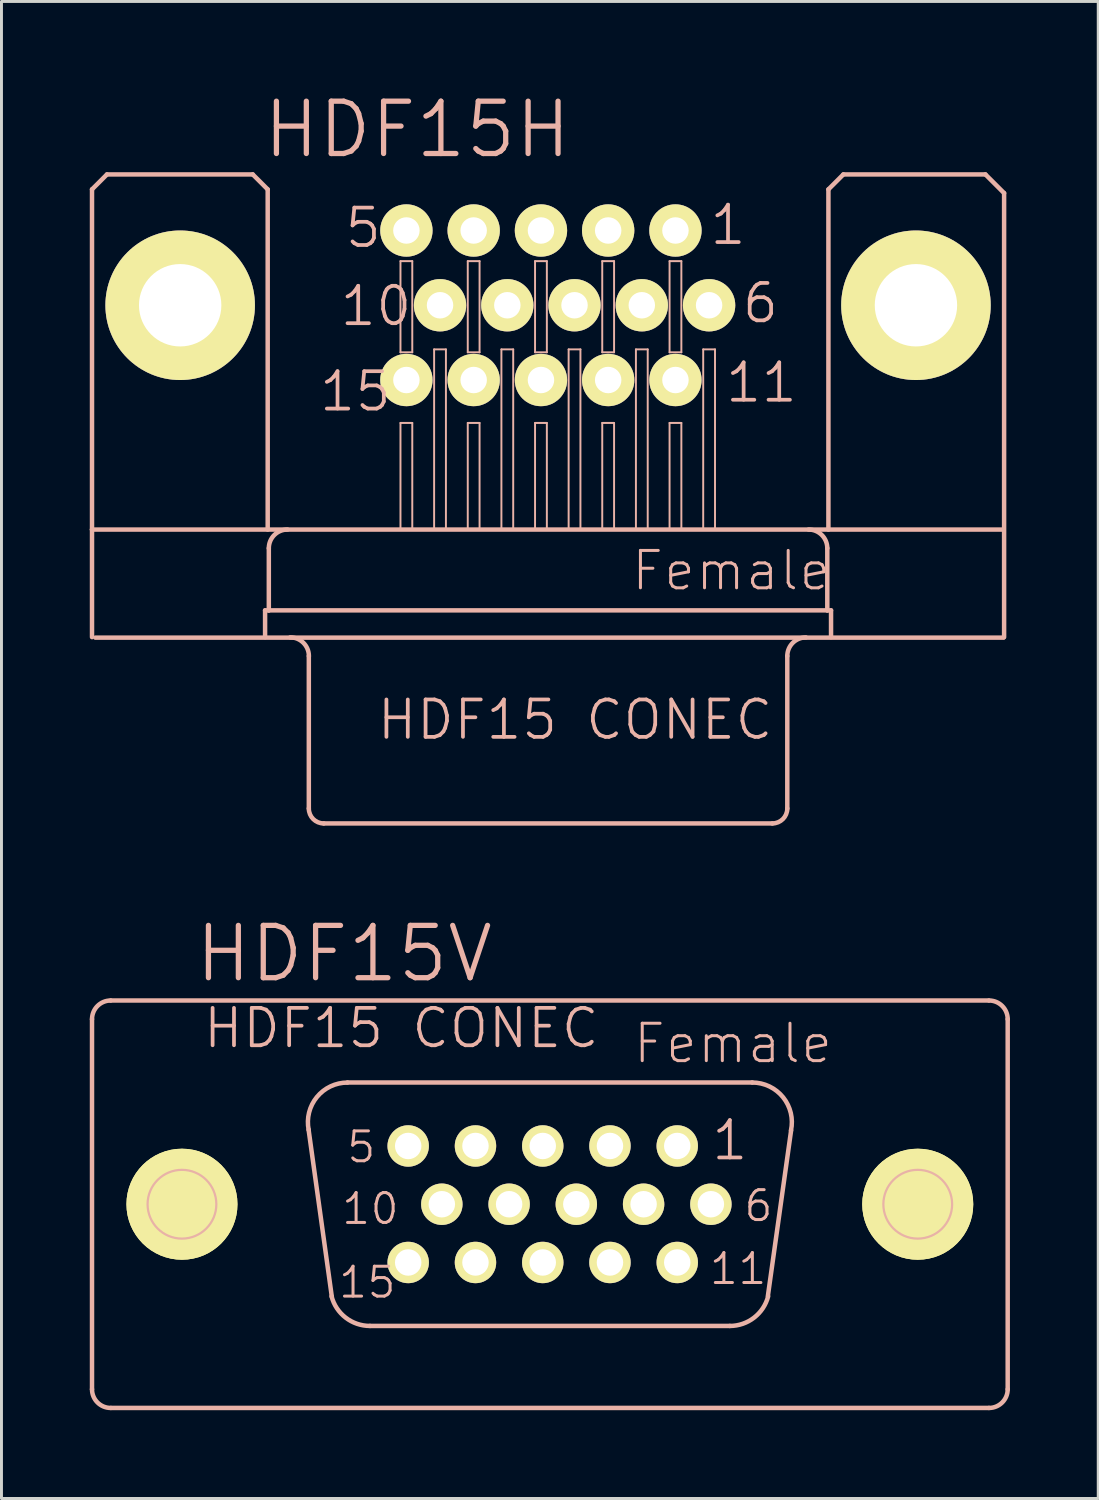
<source format=kicad_pcb>
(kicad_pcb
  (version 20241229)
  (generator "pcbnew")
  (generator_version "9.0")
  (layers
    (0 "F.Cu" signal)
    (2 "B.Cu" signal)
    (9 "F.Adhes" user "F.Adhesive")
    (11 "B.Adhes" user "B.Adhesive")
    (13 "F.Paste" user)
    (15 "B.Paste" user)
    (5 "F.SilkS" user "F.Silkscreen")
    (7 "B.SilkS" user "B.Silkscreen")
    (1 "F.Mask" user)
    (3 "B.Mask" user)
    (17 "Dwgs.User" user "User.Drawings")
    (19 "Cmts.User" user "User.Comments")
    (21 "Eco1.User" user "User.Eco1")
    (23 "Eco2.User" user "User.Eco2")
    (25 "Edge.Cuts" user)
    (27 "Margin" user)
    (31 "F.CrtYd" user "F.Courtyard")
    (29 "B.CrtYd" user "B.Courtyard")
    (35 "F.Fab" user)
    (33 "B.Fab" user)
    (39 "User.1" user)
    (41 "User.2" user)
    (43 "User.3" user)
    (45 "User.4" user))
  (footprint "HDF15V"
    (layer "F.Cu")
    (at 15.631 37.863)
    (property "Reference" "HDF15V" (at -6.985 -8.509 0) (layer "B.SilkS") (effects (font (size 1.778 1.778) (thickness 0.178))))
    (attr exclude_from_pos_files exclude_from_bom)
    (fp_line (start -13.998 0) (end -10.998 0) (stroke (width 0.127) (type solid)) (layer "F.SilkS"))
    (fp_line (start -12.499 1.499) (end -12.499 -1.499) (stroke (width 0.127) (type solid)) (layer "F.SilkS"))
    (fp_line (start 10.998 0) (end 13.998 0) (stroke (width 0.127) (type solid)) (layer "F.SilkS"))
    (fp_line (start 12.499 1.499) (end 12.499 -1.499) (stroke (width 0.127) (type solid)) (layer "F.SilkS"))
    (fp_circle (center -12.499 0) (end -13.833 1.333) (stroke (width 0) (type solid)) (fill yes) (layer "F.SilkS"))
    (fp_circle (center -12.499 0) (end -13.833 1.333) (stroke (width 0) (type solid)) (fill yes) (layer "F.SilkS"))
    (fp_circle (center -12.499 0) (end -13.249 0.749) (stroke (width 0.127) (type solid)) (fill no) (layer "F.SilkS"))
    (fp_circle (center 12.499 0) (end 13.249 0.749) (stroke (width 0.127) (type solid)) (fill no) (layer "F.SilkS"))
    (fp_circle (center 12.499 0) (end 13.833 1.333) (stroke (width 0) (type solid)) (fill yes) (layer "F.SilkS"))
    (fp_circle (center 12.499 0) (end 13.833 1.333) (stroke (width 0) (type solid)) (fill yes) (layer "F.SilkS"))
    (fp_line (start -15.555 -6.287) (end -15.555 6.287) (stroke (width 0.152) (type solid)) (layer "B.SilkS"))
    (fp_line (start -14.912 6.921) (end 14.92 6.921) (stroke (width 0.152) (type solid)) (layer "B.SilkS"))
    (fp_line (start -7.407 3.145) (end -8.197 -2.535) (stroke (width 0.152) (type solid)) (layer "B.SilkS"))
    (fp_line (start -6.876 -4.135) (end 6.876 -4.135) (stroke (width 0.152) (type solid)) (layer "B.SilkS"))
    (fp_line (start -6.114 4.135) (end 6.114 4.135) (stroke (width 0.152) (type solid)) (layer "B.SilkS"))
    (fp_line (start 8.197 -2.51) (end 7.407 3.119) (stroke (width 0.152) (type solid)) (layer "B.SilkS"))
    (fp_line (start 14.912 -6.921) (end -14.92 -6.921) (stroke (width 0.152) (type solid)) (layer "B.SilkS"))
    (fp_line (start 15.555 -6.287) (end 15.555 6.287) (stroke (width 0.152) (type solid)) (layer "B.SilkS"))
    (fp_arc (start -15.55496 -6.2865) (mid -15.368973 -6.735513) (end -14.91996 -6.9215) (stroke (width 0.1524) (type solid)) (layer "B.SilkS"))
    (fp_arc (start -14.91996 6.9215) (mid -15.368973 6.735513) (end -15.55496 6.2865) (stroke (width 0.1524) (type solid)) (layer "B.SilkS"))
    (fp_arc (start -8.19404 -2.52476) (mid -7.915902 -3.640821) (end -6.876511 -4.133386) (stroke (width 0.1524) (type solid)) (layer "B.SilkS"))
    (fp_arc (start -6.11378 4.13512) (mid -6.937018 3.854065) (end -7.41651 3.128256) (stroke (width 0.1524) (type solid)) (layer "B.SilkS"))
    (fp_arc (start 6.87578 -4.13512) (mid 7.923451 -3.634284) (end 8.191577 -2.504435) (stroke (width 0.1524) (type solid)) (layer "B.SilkS"))
    (fp_arc (start 7.4168 3.12928) (mid 6.936621 3.855053) (end 6.112862 4.135659) (stroke (width 0.1524) (type solid)) (layer "B.SilkS"))
    (fp_arc (start 14.91996 -6.9215) (mid 15.368973 -6.735513) (end 15.55496 -6.2865) (stroke (width 0.1524) (type solid)) (layer "B.SilkS"))
    (fp_arc (start 15.55496 6.2865) (mid 15.368973 6.735513) (end 14.91996 6.9215) (stroke (width 0.1524) (type solid)) (layer "B.SilkS"))
    (fp_circle (center -12.499 0) (end -13.325 0.826) (stroke (width 0.076) (type solid)) (fill no) (layer "B.SilkS"))
    (fp_circle (center 12.499 0) (end 13.325 0.826) (stroke (width 0.076) (type solid)) (fill no) (layer "B.SilkS"))
    (fp_text user "6" (at 7.087 0.056 0) (layer "B.SilkS") (effects (font (size 1.016 1.016) (thickness 0.102))))
    (fp_text user "10" (at -6.099 0.155 0) (layer "B.SilkS") (effects (font (size 1.016 1.016) (thickness 0.102))))
    (fp_text user "Female" (at 6.223 -5.461 0) (layer "B.SilkS") (effects (font (size 1.27 1.27) (thickness 0.102))))
    (fp_text user "15" (at -6.203 2.657 0) (layer "B.SilkS") (effects (font (size 1.016 1.016) (thickness 0.102))))
    (fp_text user "11" (at 6.396 2.195 0) (layer "B.SilkS") (effects (font (size 1.016 1.016) (thickness 0.102))))
    (fp_text user "1" (at 6.114 -2.169 0) (layer "B.SilkS") (effects (font (size 1.27 1.27) (thickness 0.127))))
    (fp_text user "HDF15 CONEC" (at -5.047 -5.982 0) (layer "B.SilkS") (effects (font (size 1.27 1.27) (thickness 0.127))))
    (fp_text user "5" (at -6.406 -1.941 0) (layer "B.SilkS") (effects (font (size 1.016 1.016) (thickness 0.102))))
    (pad "1" thru_hole circle (at 4.328 -1.979) (size 1.407 1.407) (drill 0.899) (layers "*.Cu" "F.Mask" "F.SilkS" "F.Paste"))
    (pad "2" thru_hole circle (at 2.042 -1.979) (size 1.407 1.407) (drill 0.899) (layers "*.Cu" "F.Mask" "F.SilkS" "F.Paste"))
    (pad "3" thru_hole circle (at -0.241 -1.979) (size 1.407 1.407) (drill 0.899) (layers "*.Cu" "F.Mask" "F.SilkS" "F.Paste"))
    (pad "4" thru_hole circle (at -2.527 -1.979) (size 1.407 1.407) (drill 0.899) (layers "*.Cu" "F.Mask" "F.SilkS" "F.Paste"))
    (pad "5" thru_hole circle (at -4.813 -1.979) (size 1.407 1.407) (drill 0.899) (layers "*.Cu" "F.Mask" "F.SilkS" "F.Paste"))
    (pad "6" thru_hole circle (at 5.471 0) (size 1.407 1.407) (drill 0.899) (layers "*.Cu" "F.Mask" "F.SilkS" "F.Paste"))
    (pad "7" thru_hole circle (at 3.185 0) (size 1.407 1.407) (drill 0.899) (layers "*.Cu" "F.Mask" "F.SilkS" "F.Paste"))
    (pad "8" thru_hole circle (at 0.899 0) (size 1.407 1.407) (drill 0.899) (layers "*.Cu" "F.Mask" "F.SilkS" "F.Paste"))
    (pad "9" thru_hole circle (at -1.384 0) (size 1.407 1.407) (drill 0.899) (layers "*.Cu" "F.Mask" "F.SilkS" "F.Paste"))
    (pad "10" thru_hole circle (at -3.67 0) (size 1.407 1.407) (drill 0.899) (layers "*.Cu" "F.Mask" "F.SilkS" "F.Paste"))
    (pad "11" thru_hole circle (at 4.328 1.979) (size 1.407 1.407) (drill 0.899) (layers "*.Cu" "F.Mask" "F.SilkS" "F.Paste"))
    (pad "12" thru_hole circle (at 2.042 1.979) (size 1.407 1.407) (drill 0.899) (layers "*.Cu" "F.Mask" "F.SilkS" "F.Paste"))
    (pad "13" thru_hole circle (at -0.241 1.979) (size 1.407 1.407) (drill 0.899) (layers "*.Cu" "F.Mask" "F.SilkS" "F.Paste"))
    (pad "14" thru_hole circle (at -2.527 1.979) (size 1.407 1.407) (drill 0.899) (layers "*.Cu" "F.Mask" "F.SilkS" "F.Paste"))
    (pad "15" thru_hole circle (at -4.813 1.979) (size 1.407 1.407) (drill 0.899) (layers "*.Cu" "F.Mask" "F.SilkS" "F.Paste")))
  (footprint "HDF15H"
    (layer "F.Cu")
    (at 15.57 7.321)
    (property "Reference" "HDF15H" (at -4.445 -5.969 0) (layer "B.SilkS") (effects (font (size 1.778 1.778) (thickness 0.178))))
    (attr exclude_from_pos_files exclude_from_bom)
    (fp_circle (center -12.499 0) (end -13.833 1.333) (stroke (width 0) (type solid)) (fill yes) (layer "F.SilkS"))
    (fp_circle (center -12.499 0) (end -13.833 1.333) (stroke (width 0) (type solid)) (fill yes) (layer "F.SilkS"))
    (fp_circle (center 12.499 0) (end 13.833 1.333) (stroke (width 0) (type solid)) (fill yes) (layer "F.SilkS"))
    (fp_circle (center 12.499 0) (end 13.833 1.333) (stroke (width 0) (type solid)) (fill yes) (layer "F.SilkS"))
    (fp_line (start -15.494 -3.937) (end -15.494 7.62) (stroke (width 0.152) (type solid)) (layer "B.SilkS"))
    (fp_line (start -15.494 11.275) (end -15.494 7.62) (stroke (width 0.152) (type solid)) (layer "B.SilkS"))
    (fp_line (start -14.986 -4.445) (end -15.494 -3.937) (stroke (width 0.152) (type solid)) (layer "B.SilkS"))
    (fp_line (start -10.033 -4.445) (end -14.986 -4.445) (stroke (width 0.152) (type solid)) (layer "B.SilkS"))
    (fp_line (start -9.614 10.366) (end -9.614 11.275) (stroke (width 0.152) (type solid)) (layer "B.SilkS"))
    (fp_line (start -9.525 -3.937) (end -10.033 -4.445) (stroke (width 0.152) (type solid)) (layer "B.SilkS"))
    (fp_line (start -9.525 -3.937) (end -9.525 7.62) (stroke (width 0.152) (type solid)) (layer "B.SilkS"))
    (fp_line (start -9.487 8.255) (end -9.487 10.366) (stroke (width 0.152) (type solid)) (layer "B.SilkS"))
    (fp_line (start -9.487 10.366) (end -9.614 10.366) (stroke (width 0.152) (type solid)) (layer "B.SilkS"))
    (fp_line (start -8.128 11.918) (end -8.128 17.097) (stroke (width 0.152) (type solid)) (layer "B.SilkS"))
    (fp_line (start -5.014 -1.499) (end -4.613 -1.499) (stroke (width 0.066) (type solid)) (layer "B.SilkS"))
    (fp_line (start -5.014 1.598) (end -5.014 -1.499) (stroke (width 0.066) (type solid)) (layer "B.SilkS"))
    (fp_line (start -5.014 1.598) (end -4.613 1.598) (stroke (width 0.066) (type solid)) (layer "B.SilkS"))
    (fp_line (start -5.014 3.998) (end -4.613 3.998) (stroke (width 0.066) (type solid)) (layer "B.SilkS"))
    (fp_line (start -5.014 7.6) (end -5.014 3.998) (stroke (width 0.066) (type solid)) (layer "B.SilkS"))
    (fp_line (start -5.014 7.6) (end -4.613 7.6) (stroke (width 0.066) (type solid)) (layer "B.SilkS"))
    (fp_line (start -4.613 1.598) (end -4.613 -1.499) (stroke (width 0.066) (type solid)) (layer "B.SilkS"))
    (fp_line (start -4.613 7.6) (end -4.613 3.998) (stroke (width 0.066) (type solid)) (layer "B.SilkS"))
    (fp_line (start -3.871 1.499) (end -3.47 1.499) (stroke (width 0.066) (type solid)) (layer "B.SilkS"))
    (fp_line (start -3.871 7.6) (end -3.871 1.499) (stroke (width 0.066) (type solid)) (layer "B.SilkS"))
    (fp_line (start -3.871 7.6) (end -3.47 7.6) (stroke (width 0.066) (type solid)) (layer "B.SilkS"))
    (fp_line (start -3.47 7.6) (end -3.47 1.499) (stroke (width 0.066) (type solid)) (layer "B.SilkS"))
    (fp_line (start -2.728 -1.499) (end -2.327 -1.499) (stroke (width 0.066) (type solid)) (layer "B.SilkS"))
    (fp_line (start -2.728 1.598) (end -2.728 -1.499) (stroke (width 0.066) (type solid)) (layer "B.SilkS"))
    (fp_line (start -2.728 1.598) (end -2.327 1.598) (stroke (width 0.066) (type solid)) (layer "B.SilkS"))
    (fp_line (start -2.728 3.998) (end -2.327 3.998) (stroke (width 0.066) (type solid)) (layer "B.SilkS"))
    (fp_line (start -2.728 7.6) (end -2.728 3.998) (stroke (width 0.066) (type solid)) (layer "B.SilkS"))
    (fp_line (start -2.728 7.6) (end -2.327 7.6) (stroke (width 0.066) (type solid)) (layer "B.SilkS"))
    (fp_line (start -2.327 1.598) (end -2.327 -1.499) (stroke (width 0.066) (type solid)) (layer "B.SilkS"))
    (fp_line (start -2.327 7.6) (end -2.327 3.998) (stroke (width 0.066) (type solid)) (layer "B.SilkS"))
    (fp_line (start -1.585 1.499) (end -1.184 1.499) (stroke (width 0.066) (type solid)) (layer "B.SilkS"))
    (fp_line (start -1.585 7.6) (end -1.585 1.499) (stroke (width 0.066) (type solid)) (layer "B.SilkS"))
    (fp_line (start -1.585 7.6) (end -1.184 7.6) (stroke (width 0.066) (type solid)) (layer "B.SilkS"))
    (fp_line (start -1.184 7.6) (end -1.184 1.499) (stroke (width 0.066) (type solid)) (layer "B.SilkS"))
    (fp_line (start -0.442 -1.499) (end -0.041 -1.499) (stroke (width 0.066) (type solid)) (layer "B.SilkS"))
    (fp_line (start -0.442 1.598) (end -0.442 -1.499) (stroke (width 0.066) (type solid)) (layer "B.SilkS"))
    (fp_line (start -0.442 1.598) (end -0.041 1.598) (stroke (width 0.066) (type solid)) (layer "B.SilkS"))
    (fp_line (start -0.442 3.998) (end -0.041 3.998) (stroke (width 0.066) (type solid)) (layer "B.SilkS"))
    (fp_line (start -0.442 7.6) (end -0.442 3.998) (stroke (width 0.066) (type solid)) (layer "B.SilkS"))
    (fp_line (start -0.442 7.6) (end -0.041 7.6) (stroke (width 0.066) (type solid)) (layer "B.SilkS"))
    (fp_line (start -0.041 1.598) (end -0.041 -1.499) (stroke (width 0.066) (type solid)) (layer "B.SilkS"))
    (fp_line (start -0.041 7.6) (end -0.041 3.998) (stroke (width 0.066) (type solid)) (layer "B.SilkS"))
    (fp_line (start 0.699 1.499) (end 1.1 1.499) (stroke (width 0.066) (type solid)) (layer "B.SilkS"))
    (fp_line (start 0.699 7.6) (end 0.699 1.499) (stroke (width 0.066) (type solid)) (layer "B.SilkS"))
    (fp_line (start 0.699 7.6) (end 1.1 7.6) (stroke (width 0.066) (type solid)) (layer "B.SilkS"))
    (fp_line (start 1.1 7.6) (end 1.1 1.499) (stroke (width 0.066) (type solid)) (layer "B.SilkS"))
    (fp_line (start 1.841 -1.499) (end 2.243 -1.499) (stroke (width 0.066) (type solid)) (layer "B.SilkS"))
    (fp_line (start 1.841 1.598) (end 1.841 -1.499) (stroke (width 0.066) (type solid)) (layer "B.SilkS"))
    (fp_line (start 1.841 1.598) (end 2.243 1.598) (stroke (width 0.066) (type solid)) (layer "B.SilkS"))
    (fp_line (start 1.841 3.998) (end 2.243 3.998) (stroke (width 0.066) (type solid)) (layer "B.SilkS"))
    (fp_line (start 1.841 7.6) (end 1.841 3.998) (stroke (width 0.066) (type solid)) (layer "B.SilkS"))
    (fp_line (start 1.841 7.6) (end 2.243 7.6) (stroke (width 0.066) (type solid)) (layer "B.SilkS"))
    (fp_line (start 2.243 1.598) (end 2.243 -1.499) (stroke (width 0.066) (type solid)) (layer "B.SilkS"))
    (fp_line (start 2.243 7.6) (end 2.243 3.998) (stroke (width 0.066) (type solid)) (layer "B.SilkS"))
    (fp_line (start 2.985 1.499) (end 3.386 1.499) (stroke (width 0.066) (type solid)) (layer "B.SilkS"))
    (fp_line (start 2.985 7.6) (end 2.985 1.499) (stroke (width 0.066) (type solid)) (layer "B.SilkS"))
    (fp_line (start 2.985 7.6) (end 3.386 7.6) (stroke (width 0.066) (type solid)) (layer "B.SilkS"))
    (fp_line (start 3.386 7.6) (end 3.386 1.499) (stroke (width 0.066) (type solid)) (layer "B.SilkS"))
    (fp_line (start 4.128 -1.499) (end 4.529 -1.499) (stroke (width 0.066) (type solid)) (layer "B.SilkS"))
    (fp_line (start 4.128 1.598) (end 4.128 -1.499) (stroke (width 0.066) (type solid)) (layer "B.SilkS"))
    (fp_line (start 4.128 1.598) (end 4.529 1.598) (stroke (width 0.066) (type solid)) (layer "B.SilkS"))
    (fp_line (start 4.128 3.998) (end 4.529 3.998) (stroke (width 0.066) (type solid)) (layer "B.SilkS"))
    (fp_line (start 4.128 7.6) (end 4.128 3.998) (stroke (width 0.066) (type solid)) (layer "B.SilkS"))
    (fp_line (start 4.128 7.6) (end 4.529 7.6) (stroke (width 0.066) (type solid)) (layer "B.SilkS"))
    (fp_line (start 4.529 1.598) (end 4.529 -1.499) (stroke (width 0.066) (type solid)) (layer "B.SilkS"))
    (fp_line (start 4.529 7.6) (end 4.529 3.998) (stroke (width 0.066) (type solid)) (layer "B.SilkS"))
    (fp_line (start 5.271 1.499) (end 5.672 1.499) (stroke (width 0.066) (type solid)) (layer "B.SilkS"))
    (fp_line (start 5.271 7.6) (end 5.271 1.499) (stroke (width 0.066) (type solid)) (layer "B.SilkS"))
    (fp_line (start 5.271 7.6) (end 5.672 7.6) (stroke (width 0.066) (type solid)) (layer "B.SilkS"))
    (fp_line (start 5.672 7.6) (end 5.672 1.499) (stroke (width 0.066) (type solid)) (layer "B.SilkS"))
    (fp_line (start 7.62 17.605) (end -7.62 17.605) (stroke (width 0.152) (type solid)) (layer "B.SilkS"))
    (fp_line (start 8.128 11.918) (end 8.128 17.097) (stroke (width 0.152) (type solid)) (layer "B.SilkS"))
    (fp_line (start 9.487 8.255) (end 9.487 10.366) (stroke (width 0.152) (type solid)) (layer "B.SilkS"))
    (fp_line (start 9.487 10.366) (end -9.487 10.366) (stroke (width 0.152) (type solid)) (layer "B.SilkS"))
    (fp_line (start 9.525 -3.937) (end 9.525 7.62) (stroke (width 0.152) (type solid)) (layer "B.SilkS"))
    (fp_line (start 9.614 10.366) (end 9.487 10.366) (stroke (width 0.152) (type solid)) (layer "B.SilkS"))
    (fp_line (start 9.614 10.366) (end 9.614 11.275) (stroke (width 0.152) (type solid)) (layer "B.SilkS"))
    (fp_line (start 10.033 -4.445) (end 9.525 -3.937) (stroke (width 0.152) (type solid)) (layer "B.SilkS"))
    (fp_line (start 10.033 -4.445) (end 14.859 -4.445) (stroke (width 0.152) (type solid)) (layer "B.SilkS"))
    (fp_line (start 14.859 -4.445) (end 15.494 -3.81) (stroke (width 0.152) (type solid)) (layer "B.SilkS"))
    (fp_line (start 15.474 7.62) (end -15.494 7.62) (stroke (width 0.152) (type solid)) (layer "B.SilkS"))
    (fp_line (start 15.474 11.293) (end -15.38 11.293) (stroke (width 0.152) (type solid)) (layer "B.SilkS"))
    (fp_line (start 15.494 -3.81) (end 15.494 11.275) (stroke (width 0.152) (type solid)) (layer "B.SilkS"))
    (fp_arc (start -9.4869 8.255) (mid -9.300913 7.805987) (end -8.8519 7.62) (stroke (width 0.1524) (type solid)) (layer "B.SilkS"))
    (fp_arc (start -8.76046 11.28268) (mid -8.311447 11.468667) (end -8.12546 11.91768) (stroke (width 0.1524) (type solid)) (layer "B.SilkS"))
    (fp_arc (start -7.62 17.60474) (mid -7.97921 17.45595) (end -8.128 17.09674) (stroke (width 0.1524) (type solid)) (layer "B.SilkS"))
    (fp_arc (start 8.128 11.91768) (mid 8.313243 11.470463) (end 8.76046 11.28522) (stroke (width 0.1524) (type solid)) (layer "B.SilkS"))
    (fp_arc (start 8.128 17.09674) (mid 7.97921 17.45595) (end 7.62 17.60474) (stroke (width 0.1524) (type solid)) (layer "B.SilkS"))
    (fp_arc (start 8.8519 7.62) (mid 9.300913 7.805987) (end 9.4869 8.255) (stroke (width 0.1524) (type solid)) (layer "B.SilkS"))
    (fp_circle (center -12.499 0) (end -13.325 0.826) (stroke (width 0.076) (type solid)) (fill no) (layer "B.SilkS"))
    (fp_circle (center 12.499 0) (end 13.325 0.826) (stroke (width 0.076) (type solid)) (fill no) (layer "B.SilkS"))
    (fp_text user "1" (at 6.114 -2.728 0) (layer "B.SilkS") (effects (font (size 1.27 1.27) (thickness 0.127))))
    (fp_text user "15" (at -6.548 2.929 0) (layer "B.SilkS") (effects (font (size 1.27 1.27) (thickness 0.127))))
    (fp_text user "HDF15 CONEC" (at 0.919 14.082 0) (layer "B.SilkS") (effects (font (size 1.27 1.27) (thickness 0.127))))
    (fp_text user "6" (at 7.214 -0.069 0) (layer "B.SilkS") (effects (font (size 1.27 1.27) (thickness 0.127))))
    (fp_text user "10" (at -5.845 0.028 0) (layer "B.SilkS") (effects (font (size 1.27 1.27) (thickness 0.127))))
    (fp_text user "5" (at -6.279 -2.629 0) (layer "B.SilkS") (effects (font (size 1.27 1.27) (thickness 0.127))))
    (fp_text user "Female" (at 6.223 9.017 0) (layer "B.SilkS") (effects (font (size 1.27 1.27) (thickness 0.102))))
    (fp_text user "11" (at 7.249 2.629 0) (layer "B.SilkS") (effects (font (size 1.27 1.27) (thickness 0.127))))
    (pad "1" thru_hole circle (at 4.328 -2.54) (size 1.778 1.778) (drill 0.899) (layers "*.Cu" "F.Mask" "F.SilkS" "F.Paste"))
    (pad "2" thru_hole circle (at 2.042 -2.54) (size 1.778 1.778) (drill 0.899) (layers "*.Cu" "F.Mask" "F.SilkS" "F.Paste"))
    (pad "3" thru_hole circle (at -0.241 -2.54) (size 1.778 1.778) (drill 0.899) (layers "*.Cu" "F.Mask" "F.SilkS" "F.Paste"))
    (pad "4" thru_hole circle (at -2.527 -2.54) (size 1.778 1.778) (drill 0.899) (layers "*.Cu" "F.Mask" "F.SilkS" "F.Paste"))
    (pad "5" thru_hole circle (at -4.813 -2.54) (size 1.778 1.778) (drill 0.899) (layers "*.Cu" "F.Mask" "F.SilkS" "F.Paste"))
    (pad "6" thru_hole circle (at 5.471 0) (size 1.778 1.778) (drill 0.899) (layers "*.Cu" "F.Mask" "F.SilkS" "F.Paste"))
    (pad "7" thru_hole circle (at 3.185 0) (size 1.778 1.778) (drill 0.899) (layers "*.Cu" "F.Mask" "F.SilkS" "F.Paste"))
    (pad "8" thru_hole circle (at 0.899 0) (size 1.778 1.778) (drill 0.899) (layers "*.Cu" "F.Mask" "F.SilkS" "F.Paste"))
    (pad "9" thru_hole circle (at -1.384 0) (size 1.778 1.778) (drill 0.899) (layers "*.Cu" "F.Mask" "F.SilkS" "F.Paste"))
    (pad "10" thru_hole circle (at -3.67 0) (size 1.778 1.778) (drill 0.899) (layers "*.Cu" "F.Mask" "F.SilkS" "F.Paste"))
    (pad "11" thru_hole circle (at 4.328 2.54) (size 1.778 1.778) (drill 0.899) (layers "*.Cu" "F.Mask" "F.SilkS" "F.Paste"))
    (pad "12" thru_hole circle (at 2.042 2.54) (size 1.778 1.778) (drill 0.899) (layers "*.Cu" "F.Mask" "F.SilkS" "F.Paste"))
    (pad "13" thru_hole circle (at -0.241 2.54) (size 1.778 1.778) (drill 0.899) (layers "*.Cu" "F.Mask" "F.SilkS" "F.Paste"))
    (pad "14" thru_hole circle (at -2.527 2.54) (size 1.778 1.778) (drill 0.899) (layers "*.Cu" "F.Mask" "F.SilkS" "F.Paste"))
    (pad "15" thru_hole circle (at -4.813 2.54) (size 1.778 1.778) (drill 0.899) (layers "*.Cu" "F.Mask" "F.SilkS" "F.Paste"))
    (pad "P$1" thru_hole circle (at -12.499 0) (size 5.08 5.08) (drill 2.799) (layers "*.Cu" "F.Mask" "F.SilkS" "F.Paste"))
    (pad "P$2" thru_hole circle (at 12.499 0) (size 5.08 5.08) (drill 2.799) (layers "*.Cu" "F.Mask" "F.SilkS" "F.Paste")))
  (gr_rect
    (start -3 -3)
    (end 34.262 47.861)
    (stroke (width 0.1) (type default))
    (fill no)
    (layer "Edge.Cuts")))
</source>
